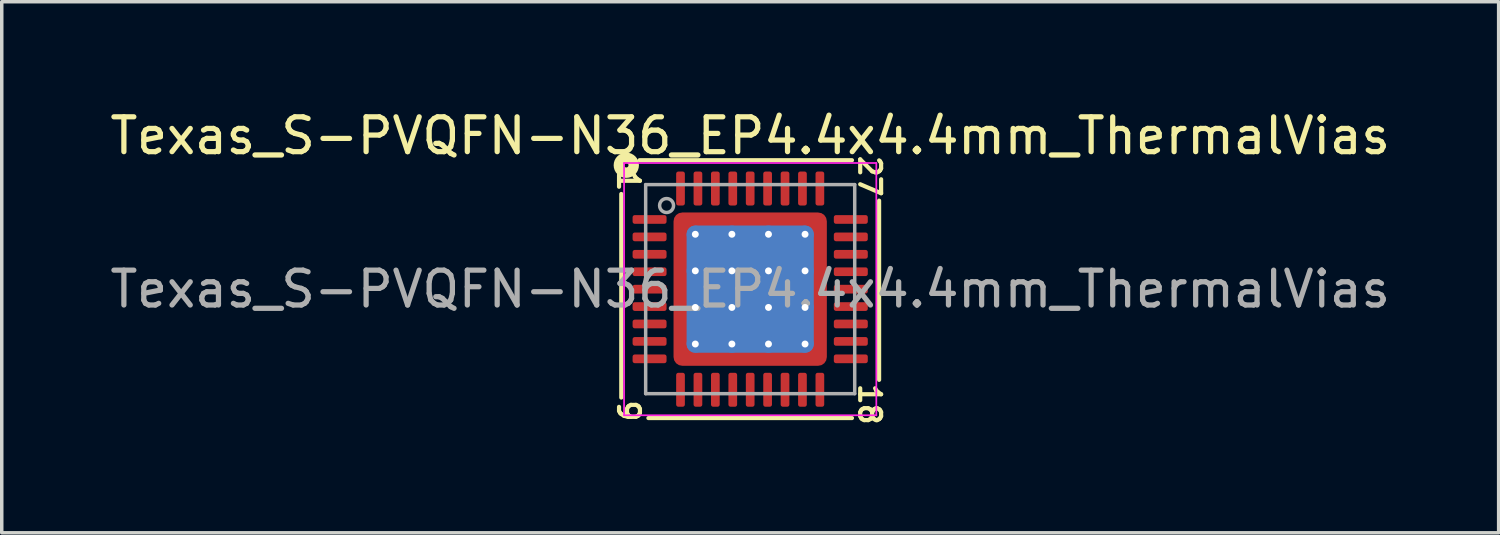
<source format=kicad_pcb>
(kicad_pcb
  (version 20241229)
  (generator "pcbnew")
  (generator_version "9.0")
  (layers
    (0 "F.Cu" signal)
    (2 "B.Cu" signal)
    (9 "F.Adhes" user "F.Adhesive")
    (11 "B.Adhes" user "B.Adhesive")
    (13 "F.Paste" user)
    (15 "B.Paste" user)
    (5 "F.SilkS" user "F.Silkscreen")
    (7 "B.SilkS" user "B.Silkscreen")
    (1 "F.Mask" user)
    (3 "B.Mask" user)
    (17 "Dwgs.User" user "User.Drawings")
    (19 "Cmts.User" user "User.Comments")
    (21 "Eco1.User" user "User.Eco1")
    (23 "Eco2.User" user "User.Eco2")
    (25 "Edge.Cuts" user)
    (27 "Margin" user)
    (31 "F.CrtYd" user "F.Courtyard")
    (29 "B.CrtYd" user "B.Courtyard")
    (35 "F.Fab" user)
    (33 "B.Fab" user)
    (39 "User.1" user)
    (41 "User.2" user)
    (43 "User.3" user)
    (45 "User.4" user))
  (footprint "Texas_S-PVQFN-N36_EP4.4x4.4mm_ThermalVias"
    (layer "F.Cu")
    (at 18.482 5.249)
    (property "Reference" "Texas_S-PVQFN-N36_EP4.4x4.4mm_ThermalVias" (at 0 -4.401 0) (layer "F.SilkS") (effects (font (size 1 1) (thickness 0.15))))
    (attr smd)
    (fp_line (start -3.7 -2.731) (end -3.7 3.111) (stroke (width 0.12) (type solid)) (layer "F.SilkS"))
    (fp_line (start -2.921 3.7) (end 2.921 3.7) (stroke (width 0.12) (type solid)) (layer "F.SilkS"))
    (fp_line (start 2.921 -3.7) (end -3.175 -3.7) (stroke (width 0.12) (type solid)) (layer "F.SilkS"))
    (fp_line (start 3.7 2.603) (end 3.7 -2.54) (stroke (width 0.12) (type solid)) (layer "F.SilkS"))
    (fp_circle (center -3.556 -3.556) (end -3.493 -3.556) (stroke (width 0.3) (type solid)) (fill no) (layer "F.SilkS"))
    (fp_line (start -3.62 -3.62) (end -3.62 3.62) (stroke (width 0.05) (type solid)) (layer "F.CrtYd"))
    (fp_line (start -3.62 3.62) (end 3.62 3.62) (stroke (width 0.05) (type solid)) (layer "F.CrtYd"))
    (fp_line (start 3.62 -3.62) (end -3.62 -3.62) (stroke (width 0.05) (type solid)) (layer "F.CrtYd"))
    (fp_line (start 3.62 3.62) (end 3.62 -3.62) (stroke (width 0.05) (type solid)) (layer "F.CrtYd"))
    (fp_line (start -3 -3) (end 3 -3) (stroke (width 0.1) (type solid)) (layer "F.Fab"))
    (fp_line (start -3 3) (end -3 -3) (stroke (width 0.1) (type solid)) (layer "F.Fab"))
    (fp_line (start 3 -3) (end 3 3) (stroke (width 0.1) (type solid)) (layer "F.Fab"))
    (fp_line (start 3 3) (end -3 3) (stroke (width 0.1) (type solid)) (layer "F.Fab"))
    (fp_circle (center -2.4 -2.4) (end -2.2 -2.4) (stroke (width 0.1) (type solid)) (fill no) (layer "F.Fab"))
    (fp_text user "27" (at 3.429 -3.239 270) (unlocked yes) (layer "F.SilkS") (effects (font (size 0.6 0.6) (thickness 0.12))))
    (fp_text user "1" (at -3.493 -3.111 270) (unlocked yes) (layer "F.SilkS") (effects (font (size 0.6 0.6) (thickness 0.12))))
    (fp_text user "18" (at 3.429 3.302 270) (unlocked yes) (layer "F.SilkS") (effects (font (size 0.6 0.6) (thickness 0.12))))
    (fp_text user "9" (at -3.493 3.493 270) (unlocked yes) (layer "F.SilkS") (effects (font (size 0.6 0.6) (thickness 0.12))))
    (fp_text user "${REFERENCE}" (at 0 0 0) (layer "F.Fab") (effects (font (size 1 1) (thickness 0.15))))
    (pad "" smd custom (at -1.887 -1.887) (size 0.39 0.39) (layers "F.Paste") (options (anchor circle)) (primitives (gr_poly (pts (xy 0.138 0.043) (xy 0.043 0.138) (xy -0.138 0.138) (xy -0.138 -0.138) (xy 0.138 -0.138)) (width 0.229) (fill yes))))
    (pad "" smd custom (at -1.887 -1.05) (size 0.419 0.419) (layers "F.Paste") (options (anchor circle)) (primitives (gr_poly (pts (xy 0.167 -0.267) (xy 0.167 0.267) (xy 0.096 0.338) (xy -0.167 0.338) (xy -0.167 -0.338) (xy 0.096 -0.338)) (width 0.17) (fill yes))))
    (pad "" smd custom (at -1.887 0) (size 0.419 0.419) (layers "F.Paste") (options (anchor circle)) (primitives (gr_poly (pts (xy 0.167 -0.267) (xy 0.167 0.267) (xy 0.096 0.338) (xy -0.167 0.338) (xy -0.167 -0.338) (xy 0.096 -0.338)) (width 0.17) (fill yes))))
    (pad "" smd custom (at -1.887 1.05) (size 0.419 0.419) (layers "F.Paste") (options (anchor circle)) (primitives (gr_poly (pts (xy 0.167 -0.267) (xy 0.167 0.267) (xy 0.096 0.338) (xy -0.167 0.338) (xy -0.167 -0.338) (xy 0.096 -0.338)) (width 0.17) (fill yes))))
    (pad "" smd custom (at -1.887 1.887) (size 0.39 0.39) (layers "F.Paste") (options (anchor circle)) (primitives (gr_poly (pts (xy 0.138 -0.043) (xy 0.138 0.138) (xy -0.138 0.138) (xy -0.138 -0.138) (xy 0.043 -0.138)) (width 0.229) (fill yes))))
    (pad "" smd custom (at -1.05 -1.887) (size 0.419 0.419) (layers "F.Paste") (options (anchor circle)) (primitives (gr_poly (pts (xy 0.338 0.096) (xy 0.267 0.167) (xy -0.267 0.167) (xy -0.338 0.096) (xy -0.338 -0.167) (xy 0.338 -0.167)) (width 0.17) (fill yes))))
    (pad "" smd roundrect (at -1.05 -1.05) (size 0.847 0.847) (layers "F.Paste") (roundrect_rratio 0.25))
    (pad "" smd roundrect (at -1.05 0) (size 0.847 0.847) (layers "F.Paste") (roundrect_rratio 0.25))
    (pad "" smd roundrect (at -1.05 1.05) (size 0.847 0.847) (layers "F.Paste") (roundrect_rratio 0.25))
    (pad "" smd custom (at -1.05 1.887) (size 0.419 0.419) (layers "F.Paste") (options (anchor circle)) (primitives (gr_poly (pts (xy 0.338 -0.096) (xy 0.338 0.167) (xy -0.338 0.167) (xy -0.338 -0.096) (xy -0.267 -0.167) (xy 0.267 -0.167)) (width 0.17) (fill yes))))
    (pad "" smd custom (at 0 -1.887) (size 0.419 0.419) (layers "F.Paste") (options (anchor circle)) (primitives (gr_poly (pts (xy 0.338 0.096) (xy 0.267 0.167) (xy -0.267 0.167) (xy -0.338 0.096) (xy -0.338 -0.167) (xy 0.338 -0.167)) (width 0.17) (fill yes))))
    (pad "" smd roundrect (at 0 -1.05) (size 0.847 0.847) (layers "F.Paste") (roundrect_rratio 0.25))
    (pad "" smd roundrect (at 0 0) (size 0.847 0.847) (layers "F.Paste") (roundrect_rratio 0.25))
    (pad "" smd roundrect (at 0 1.05) (size 0.847 0.847) (layers "F.Paste") (roundrect_rratio 0.25))
    (pad "" smd custom (at 0 1.887) (size 0.419 0.419) (layers "F.Paste") (options (anchor circle)) (primitives (gr_poly (pts (xy 0.338 -0.096) (xy 0.338 0.167) (xy -0.338 0.167) (xy -0.338 -0.096) (xy -0.267 -0.167) (xy 0.267 -0.167)) (width 0.17) (fill yes))))
    (pad "" smd custom (at 1.05 -1.887) (size 0.419 0.419) (layers "F.Paste") (options (anchor circle)) (primitives (gr_poly (pts (xy 0.338 0.096) (xy 0.267 0.167) (xy -0.267 0.167) (xy -0.338 0.096) (xy -0.338 -0.167) (xy 0.338 -0.167)) (width 0.17) (fill yes))))
    (pad "" smd roundrect (at 1.05 -1.05) (size 0.847 0.847) (layers "F.Paste") (roundrect_rratio 0.25))
    (pad "" smd roundrect (at 1.05 0) (size 0.847 0.847) (layers "F.Paste") (roundrect_rratio 0.25))
    (pad "" smd roundrect (at 1.05 1.05) (size 0.847 0.847) (layers "F.Paste") (roundrect_rratio 0.25))
    (pad "" smd custom (at 1.05 1.887) (size 0.419 0.419) (layers "F.Paste") (options (anchor circle)) (primitives (gr_poly (pts (xy 0.338 -0.096) (xy 0.338 0.167) (xy -0.338 0.167) (xy -0.338 -0.096) (xy -0.267 -0.167) (xy 0.267 -0.167)) (width 0.17) (fill yes))))
    (pad "" smd custom (at 1.887 -1.887) (size 0.39 0.39) (layers "F.Paste") (options (anchor circle)) (primitives (gr_poly (pts (xy 0.138 0.138) (xy -0.043 0.138) (xy -0.138 0.043) (xy -0.138 -0.138) (xy 0.138 -0.138)) (width 0.229) (fill yes))))
    (pad "" smd custom (at 1.887 -1.05) (size 0.419 0.419) (layers "F.Paste") (options (anchor circle)) (primitives (gr_poly (pts (xy 0.167 0.338) (xy -0.096 0.338) (xy -0.167 0.267) (xy -0.167 -0.267) (xy -0.096 -0.338) (xy 0.167 -0.338)) (width 0.17) (fill yes))))
    (pad "" smd custom (at 1.887 0) (size 0.419 0.419) (layers "F.Paste") (options (anchor circle)) (primitives (gr_poly (pts (xy 0.167 0.338) (xy -0.096 0.338) (xy -0.167 0.267) (xy -0.167 -0.267) (xy -0.096 -0.338) (xy 0.167 -0.338)) (width 0.17) (fill yes))))
    (pad "" smd custom (at 1.887 1.05) (size 0.419 0.419) (layers "F.Paste") (options (anchor circle)) (primitives (gr_poly (pts (xy 0.167 0.338) (xy -0.096 0.338) (xy -0.167 0.267) (xy -0.167 -0.267) (xy -0.096 -0.338) (xy 0.167 -0.338)) (width 0.17) (fill yes))))
    (pad "" smd custom (at 1.887 1.887) (size 0.39 0.39) (layers "F.Paste") (options (anchor circle)) (primitives (gr_poly (pts (xy 0.138 0.138) (xy -0.138 0.138) (xy -0.138 -0.043) (xy -0.043 -0.138) (xy 0.138 -0.138)) (width 0.229) (fill yes))))
    (pad "1" smd roundrect (at -2.888 -2) (size 0.975 0.25) (layers "F.Cu" "F.Mask" "F.Paste") (roundrect_rratio 0.25))
    (pad "2" smd roundrect (at -2.888 -1.5) (size 0.975 0.25) (layers "F.Cu" "F.Mask" "F.Paste") (roundrect_rratio 0.25))
    (pad "3" smd roundrect (at -2.888 -1) (size 0.975 0.25) (layers "F.Cu" "F.Mask" "F.Paste") (roundrect_rratio 0.25))
    (pad "4" smd roundrect (at -2.888 -0.5) (size 0.975 0.25) (layers "F.Cu" "F.Mask" "F.Paste") (roundrect_rratio 0.25))
    (pad "5" smd roundrect (at -2.888 0) (size 0.975 0.25) (layers "F.Cu" "F.Mask" "F.Paste") (roundrect_rratio 0.25))
    (pad "6" smd roundrect (at -2.888 0.5) (size 0.975 0.25) (layers "F.Cu" "F.Mask" "F.Paste") (roundrect_rratio 0.25))
    (pad "7" smd roundrect (at -2.888 1) (size 0.975 0.25) (layers "F.Cu" "F.Mask" "F.Paste") (roundrect_rratio 0.25))
    (pad "8" smd roundrect (at -2.888 1.5) (size 0.975 0.25) (layers "F.Cu" "F.Mask" "F.Paste") (roundrect_rratio 0.25))
    (pad "9" smd roundrect (at -2.888 2) (size 0.975 0.25) (layers "F.Cu" "F.Mask" "F.Paste") (roundrect_rratio 0.25))
    (pad "10" smd roundrect (at -2 2.888) (size 0.25 0.975) (layers "F.Cu" "F.Mask" "F.Paste") (roundrect_rratio 0.25))
    (pad "11" smd roundrect (at -1.5 2.888) (size 0.25 0.975) (layers "F.Cu" "F.Mask" "F.Paste") (roundrect_rratio 0.25))
    (pad "12" smd roundrect (at -1 2.888) (size 0.25 0.975) (layers "F.Cu" "F.Mask" "F.Paste") (roundrect_rratio 0.25))
    (pad "13" smd roundrect (at -0.5 2.888) (size 0.25 0.975) (layers "F.Cu" "F.Mask" "F.Paste") (roundrect_rratio 0.25))
    (pad "14" smd roundrect (at 0 2.888) (size 0.25 0.975) (layers "F.Cu" "F.Mask" "F.Paste") (roundrect_rratio 0.25))
    (pad "15" smd roundrect (at 0.5 2.888) (size 0.25 0.975) (layers "F.Cu" "F.Mask" "F.Paste") (roundrect_rratio 0.25))
    (pad "16" smd roundrect (at 1 2.888) (size 0.25 0.975) (layers "F.Cu" "F.Mask" "F.Paste") (roundrect_rratio 0.25))
    (pad "17" smd roundrect (at 1.5 2.888) (size 0.25 0.975) (layers "F.Cu" "F.Mask" "F.Paste") (roundrect_rratio 0.25))
    (pad "18" smd roundrect (at 2 2.888) (size 0.25 0.975) (layers "F.Cu" "F.Mask" "F.Paste") (roundrect_rratio 0.25))
    (pad "19" smd roundrect (at 2.888 2) (size 0.975 0.25) (layers "F.Cu" "F.Mask" "F.Paste") (roundrect_rratio 0.25))
    (pad "20" smd roundrect (at 2.888 1.5) (size 0.975 0.25) (layers "F.Cu" "F.Mask" "F.Paste") (roundrect_rratio 0.25))
    (pad "21" smd roundrect (at 2.888 1) (size 0.975 0.25) (layers "F.Cu" "F.Mask" "F.Paste") (roundrect_rratio 0.25))
    (pad "22" smd roundrect (at 2.888 0.5) (size 0.975 0.25) (layers "F.Cu" "F.Mask" "F.Paste") (roundrect_rratio 0.25))
    (pad "23" smd roundrect (at 2.888 0) (size 0.975 0.25) (layers "F.Cu" "F.Mask" "F.Paste") (roundrect_rratio 0.25))
    (pad "24" smd roundrect (at 2.888 -0.5) (size 0.975 0.25) (layers "F.Cu" "F.Mask" "F.Paste") (roundrect_rratio 0.25))
    (pad "25" smd roundrect (at 2.888 -1) (size 0.975 0.25) (layers "F.Cu" "F.Mask" "F.Paste") (roundrect_rratio 0.25))
    (pad "26" smd roundrect (at 2.888 -1.5) (size 0.975 0.25) (layers "F.Cu" "F.Mask" "F.Paste") (roundrect_rratio 0.25))
    (pad "27" smd roundrect (at 2.888 -2) (size 0.975 0.25) (layers "F.Cu" "F.Mask" "F.Paste") (roundrect_rratio 0.25))
    (pad "28" smd roundrect (at 2 -2.888) (size 0.25 0.975) (layers "F.Cu" "F.Mask" "F.Paste") (roundrect_rratio 0.25))
    (pad "29" smd roundrect (at 1.5 -2.888) (size 0.25 0.975) (layers "F.Cu" "F.Mask" "F.Paste") (roundrect_rratio 0.25))
    (pad "30" smd roundrect (at 1 -2.888) (size 0.25 0.975) (layers "F.Cu" "F.Mask" "F.Paste") (roundrect_rratio 0.25))
    (pad "31" smd roundrect (at 0.5 -2.888) (size 0.25 0.975) (layers "F.Cu" "F.Mask" "F.Paste") (roundrect_rratio 0.25))
    (pad "32" smd roundrect (at 0 -2.888) (size 0.25 0.975) (layers "F.Cu" "F.Mask" "F.Paste") (roundrect_rratio 0.25))
    (pad "33" smd roundrect (at -0.5 -2.888) (size 0.25 0.975) (layers "F.Cu" "F.Mask" "F.Paste") (roundrect_rratio 0.25))
    (pad "34" smd roundrect (at -1 -2.888) (size 0.25 0.975) (layers "F.Cu" "F.Mask" "F.Paste") (roundrect_rratio 0.25))
    (pad "35" smd roundrect (at -1.5 -2.888) (size 0.25 0.975) (layers "F.Cu" "F.Mask" "F.Paste") (roundrect_rratio 0.25))
    (pad "36" smd roundrect (at -2 -2.888) (size 0.25 0.975) (layers "F.Cu" "F.Mask" "F.Paste") (roundrect_rratio 0.25))
    (pad "37" thru_hole circle (at -1.575 -1.575) (size 0.5 0.5) (drill 0.2) (property pad_prop_heatsink) (layers "*.Cu"))
    (pad "37" thru_hole circle (at -1.575 -0.525) (size 0.5 0.5) (drill 0.2) (property pad_prop_heatsink) (layers "*.Cu"))
    (pad "37" thru_hole circle (at -1.575 0.525) (size 0.5 0.5) (drill 0.2) (property pad_prop_heatsink) (layers "*.Cu"))
    (pad "37" thru_hole circle (at -1.575 1.575) (size 0.5 0.5) (drill 0.2) (property pad_prop_heatsink) (layers "*.Cu"))
    (pad "37" thru_hole circle (at -0.525 -1.575) (size 0.5 0.5) (drill 0.2) (property pad_prop_heatsink) (layers "*.Cu"))
    (pad "37" thru_hole circle (at -0.525 -0.525) (size 0.5 0.5) (drill 0.2) (property pad_prop_heatsink) (layers "*.Cu"))
    (pad "37" thru_hole circle (at -0.525 0.525) (size 0.5 0.5) (drill 0.2) (property pad_prop_heatsink) (layers "*.Cu"))
    (pad "37" thru_hole circle (at -0.525 1.575) (size 0.5 0.5) (drill 0.2) (property pad_prop_heatsink) (layers "*.Cu"))
    (pad "37" smd roundrect (at 0 0) (size 3.65 3.65) (layers "B.Cu" "B.Mask") (roundrect_rratio 0.068))
    (pad "37" smd roundrect (at 0 0) (size 4.4 4.4) (layers "F.Cu" "F.Mask") (roundrect_rratio 0.057))
    (pad "37" thru_hole circle (at 0.525 -1.575) (size 0.5 0.5) (drill 0.2) (property pad_prop_heatsink) (layers "*.Cu"))
    (pad "37" thru_hole circle (at 0.525 -0.525) (size 0.5 0.5) (drill 0.2) (property pad_prop_heatsink) (layers "*.Cu"))
    (pad "37" thru_hole circle (at 0.525 0.525) (size 0.5 0.5) (drill 0.2) (property pad_prop_heatsink) (layers "*.Cu"))
    (pad "37" thru_hole circle (at 0.525 1.575) (size 0.5 0.5) (drill 0.2) (property pad_prop_heatsink) (layers "*.Cu"))
    (pad "37" thru_hole circle (at 1.575 -1.575) (size 0.5 0.5) (drill 0.2) (property pad_prop_heatsink) (layers "*.Cu"))
    (pad "37" thru_hole circle (at 1.575 -0.525) (size 0.5 0.5) (drill 0.2) (property pad_prop_heatsink) (layers "*.Cu"))
    (pad "37" thru_hole circle (at 1.575 0.525) (size 0.5 0.5) (drill 0.2) (property pad_prop_heatsink) (layers "*.Cu"))
    (pad "37" thru_hole circle (at 1.575 1.575) (size 0.5 0.5) (drill 0.2) (property pad_prop_heatsink) (layers "*.Cu")))
  (gr_rect
    (start -3 -3)
    (end 39.964 12.242)
    (stroke (width 0.1) (type default))
    (fill no)
    (layer "Edge.Cuts")))
</source>
